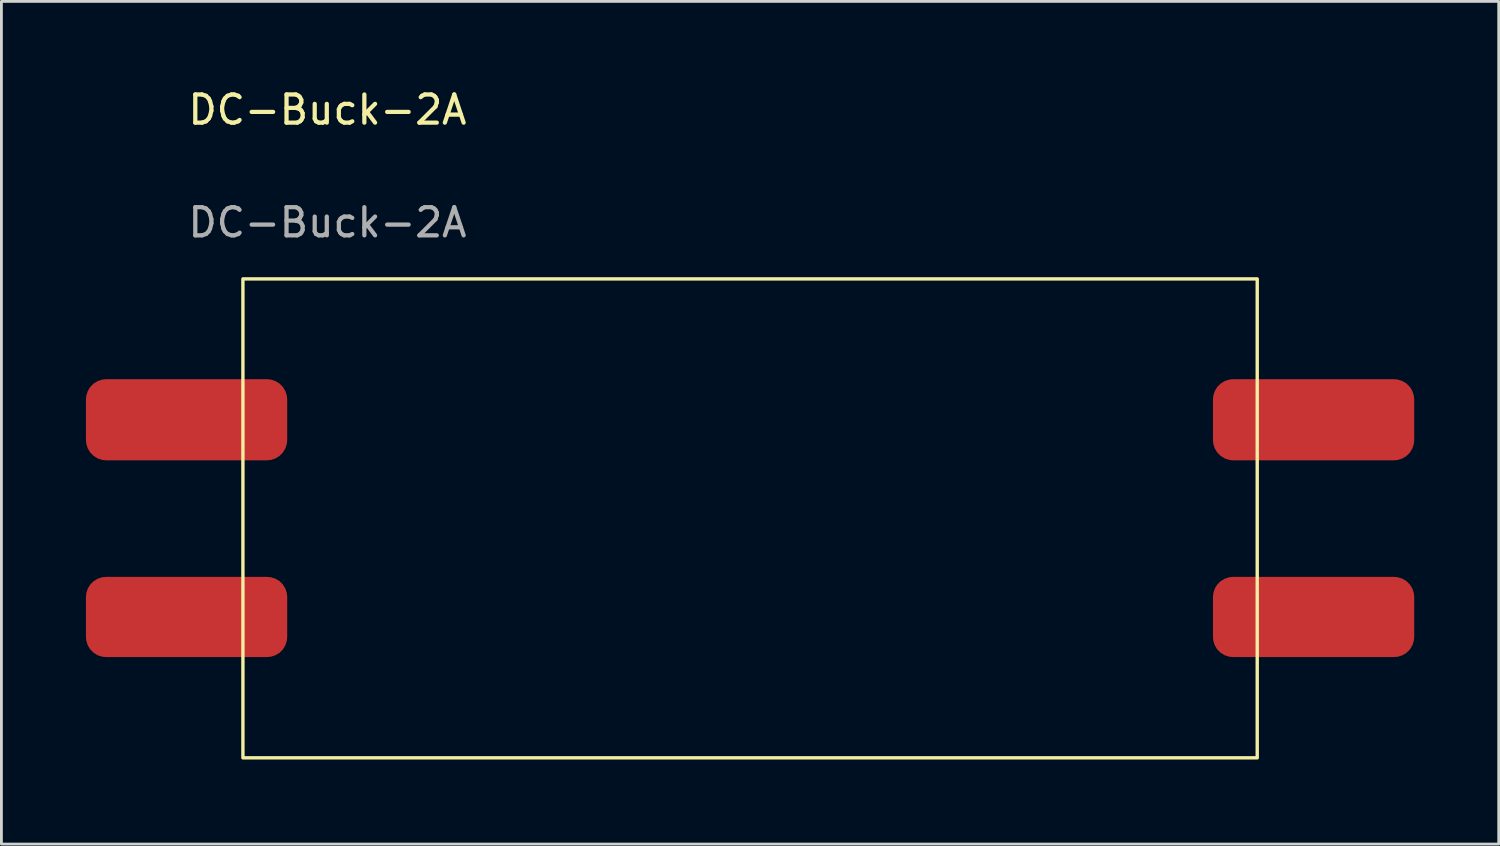
<source format=kicad_pcb>
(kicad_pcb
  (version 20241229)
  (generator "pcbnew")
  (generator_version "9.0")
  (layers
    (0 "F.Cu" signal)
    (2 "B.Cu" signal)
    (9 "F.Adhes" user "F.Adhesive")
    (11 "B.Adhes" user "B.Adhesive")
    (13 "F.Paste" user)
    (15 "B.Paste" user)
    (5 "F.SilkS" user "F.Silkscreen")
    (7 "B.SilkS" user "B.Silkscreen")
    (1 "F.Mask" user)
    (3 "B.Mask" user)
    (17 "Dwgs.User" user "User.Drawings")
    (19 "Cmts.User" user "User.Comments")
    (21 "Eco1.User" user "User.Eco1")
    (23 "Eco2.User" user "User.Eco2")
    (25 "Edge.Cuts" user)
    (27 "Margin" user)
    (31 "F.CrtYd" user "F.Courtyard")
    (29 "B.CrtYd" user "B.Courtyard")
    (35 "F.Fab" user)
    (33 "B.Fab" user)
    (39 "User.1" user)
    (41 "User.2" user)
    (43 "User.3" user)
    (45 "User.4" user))
  (footprint "DC-Buck-2A"
    (layer "F.Cu")
    (at 22.572 19.848)
    (property "Reference" "DC-Buck-2A" (at -14 -19 0) (unlocked yes) (layer "F.SilkS") (effects (font (size 1 1) (thickness 0.15))))
    (attr smd)
    (fp_rect (start -17 -13) (end 19 4) (stroke (width 0.12) (type solid)) (fill no) (layer "F.SilkS"))
    (fp_text user "${REFERENCE}" (at -14 -15 0) (unlocked yes) (layer "F.Fab") (effects (font (size 1 1) (thickness 0.15))))
    (pad "1" smd roundrect (at -19 -8) (size 7.143 2.881) (layers "F.Cu" "F.Mask" "F.Paste") (roundrect_rratio 0.25))
    (pad "2" smd roundrect (at -19 -1) (size 7.143 2.845) (layers "F.Cu" "F.Mask" "F.Paste") (roundrect_rratio 0.25))
    (pad "3" smd roundrect (at 21 -1) (size 7.143 2.845) (layers "F.Cu" "F.Mask" "F.Paste") (roundrect_rratio 0.25))
    (pad "4" smd roundrect (at 21 -8) (size 7.143 2.881) (layers "F.Cu" "F.Mask" "F.Paste") (roundrect_rratio 0.25)))
  (gr_rect
    (start -3 -3)
    (end 50.143 26.908)
    (stroke (width 0.1) (type default))
    (fill no)
    (layer "Edge.Cuts")))
</source>
